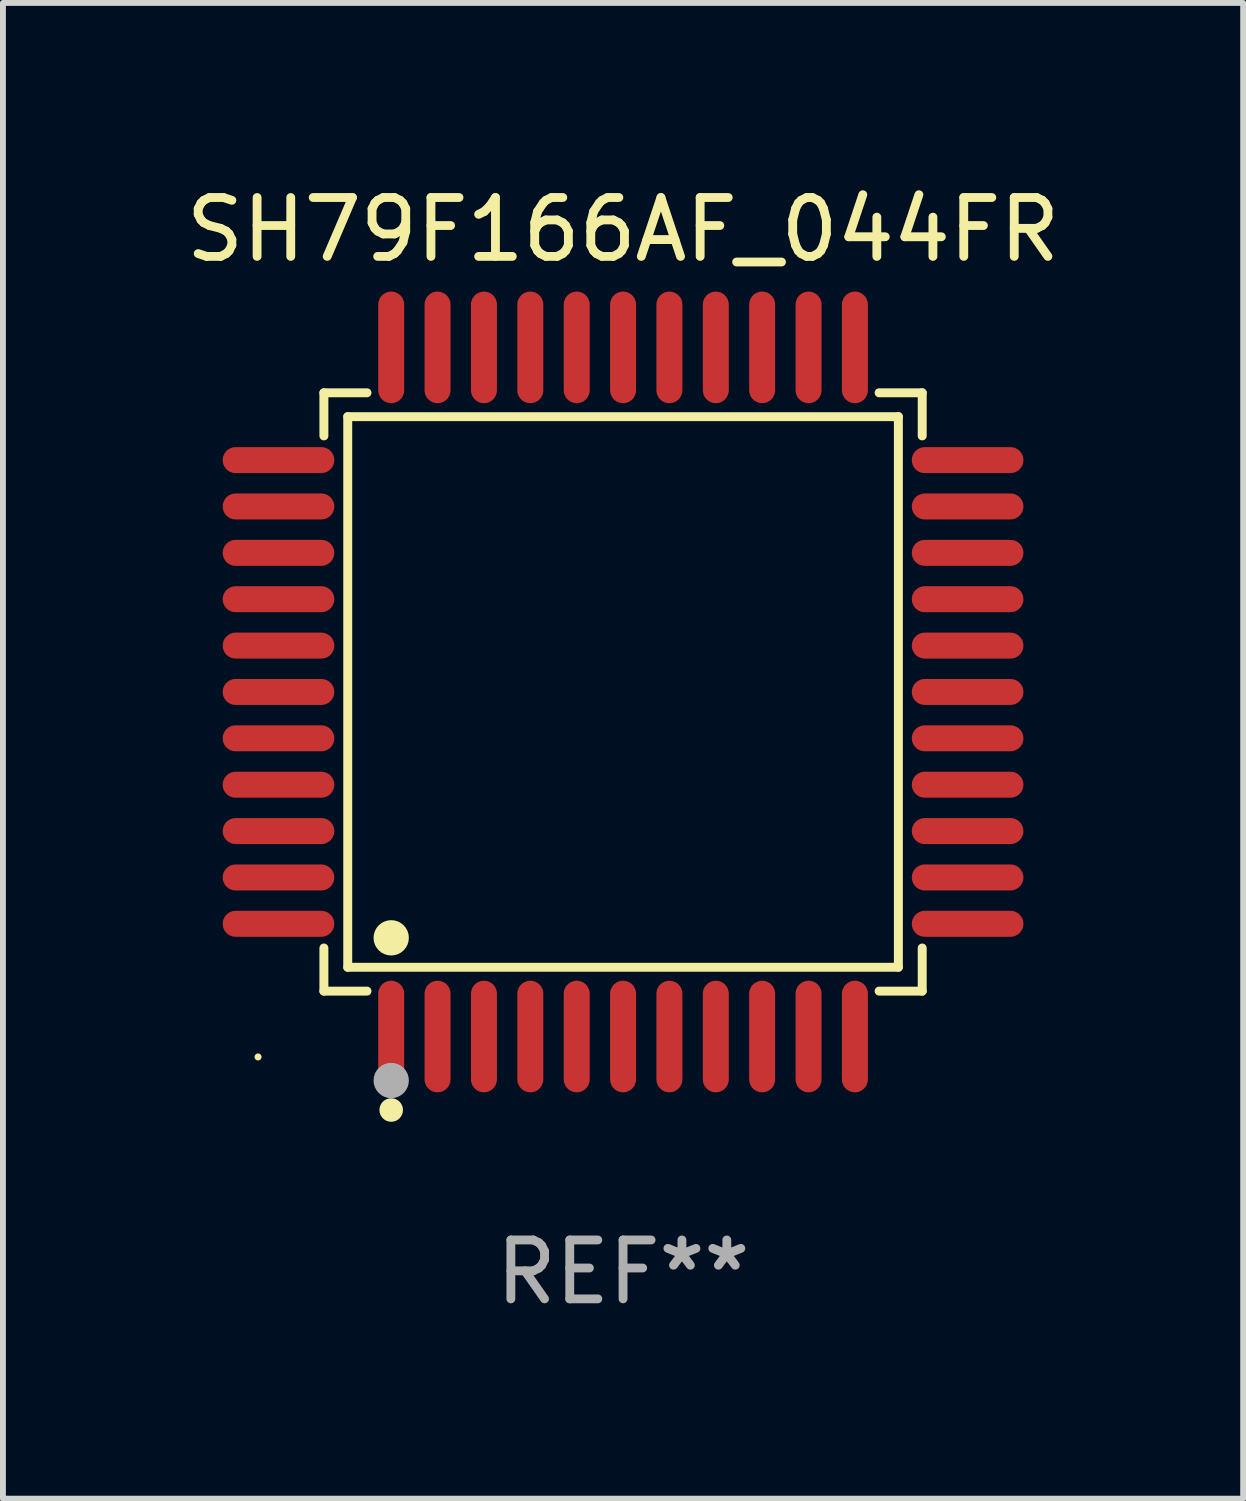
<source format=kicad_pcb>
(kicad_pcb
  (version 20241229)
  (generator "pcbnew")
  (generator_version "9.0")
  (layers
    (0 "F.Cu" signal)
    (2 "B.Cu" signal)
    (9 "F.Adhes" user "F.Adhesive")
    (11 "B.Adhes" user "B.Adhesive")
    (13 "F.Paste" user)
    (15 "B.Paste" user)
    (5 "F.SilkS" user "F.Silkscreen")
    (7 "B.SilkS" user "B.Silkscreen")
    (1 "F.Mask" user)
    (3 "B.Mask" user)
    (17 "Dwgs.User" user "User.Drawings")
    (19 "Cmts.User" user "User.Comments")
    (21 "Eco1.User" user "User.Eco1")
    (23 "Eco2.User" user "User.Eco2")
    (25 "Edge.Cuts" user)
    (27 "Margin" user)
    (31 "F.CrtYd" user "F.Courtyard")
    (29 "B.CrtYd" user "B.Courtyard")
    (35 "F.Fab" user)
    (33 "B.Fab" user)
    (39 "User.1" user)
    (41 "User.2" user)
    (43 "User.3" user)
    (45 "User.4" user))
  (footprint "SH79F166AF_044FR"
    (layer "F.Cu")
    (at 7.53 8.7)
    (property "Reference" "SH79F166AF_044FR" (at 0 -7.851 0) (layer "F.SilkS") (effects (font (size 1 1) (thickness 0.15))))
    (attr through_hole)
    (fp_line (start -5.08 -5.08) (end -4.348 -5.08) (stroke (width 0.152) (type solid)) (layer "F.SilkS"))
    (fp_line (start -5.08 -4.348) (end -5.08 -5.08) (stroke (width 0.152) (type solid)) (layer "F.SilkS"))
    (fp_line (start -5.08 4.348) (end -5.08 5.08) (stroke (width 0.152) (type solid)) (layer "F.SilkS"))
    (fp_line (start -5.08 5.08) (end -4.348 5.08) (stroke (width 0.152) (type solid)) (layer "F.SilkS"))
    (fp_line (start -4.675 -4.675) (end 4.675 -4.675) (stroke (width 0.152) (type solid)) (layer "F.SilkS"))
    (fp_line (start -4.675 4.675) (end -4.675 -4.675) (stroke (width 0.152) (type solid)) (layer "F.SilkS"))
    (fp_line (start 4.675 -4.675) (end 4.675 4.675) (stroke (width 0.152) (type solid)) (layer "F.SilkS"))
    (fp_line (start 4.675 4.675) (end -4.675 4.675) (stroke (width 0.152) (type solid)) (layer "F.SilkS"))
    (fp_line (start 5.08 -5.08) (end 4.348 -5.08) (stroke (width 0.152) (type solid)) (layer "F.SilkS"))
    (fp_line (start 5.08 -4.348) (end 5.08 -5.08) (stroke (width 0.152) (type solid)) (layer "F.SilkS"))
    (fp_line (start 5.08 4.348) (end 5.08 5.08) (stroke (width 0.152) (type solid)) (layer "F.SilkS"))
    (fp_line (start 5.08 5.08) (end 4.348 5.08) (stroke (width 0.152) (type solid)) (layer "F.SilkS"))
    (fp_circle (center -6.198 6.198) (end -6.168 6.198) (stroke (width 0.06) (type solid)) (fill no) (layer "F.SilkS"))
    (fp_circle (center -3.937 4.175) (end -3.787 4.175) (stroke (width 0.3) (type solid)) (fill no) (layer "F.SilkS"))
    (fp_circle (center -3.937 7.099) (end -3.837 7.099) (stroke (width 0.2) (type solid)) (fill no) (layer "F.SilkS"))
    (fp_circle (center -3.937 6.598) (end -3.787 6.598) (stroke (width 0.3) (type solid)) (fill no) (layer "F.Fab"))
    (fp_text user "REF**" (at 0 9.851 0) (layer "F.Fab") (effects (font (size 1 1) (thickness 0.15))))
    (pad "1" smd oval (at -3.937 5.851) (size 0.441 1.895) (layers "F.Cu" "F.Mask" "F.Paste"))
    (pad "2" smd oval (at -3.15 5.851) (size 0.441 1.895) (layers "F.Cu" "F.Mask" "F.Paste"))
    (pad "3" smd oval (at -2.362 5.851) (size 0.441 1.895) (layers "F.Cu" "F.Mask" "F.Paste"))
    (pad "4" smd oval (at -1.575 5.851) (size 0.441 1.895) (layers "F.Cu" "F.Mask" "F.Paste"))
    (pad "5" smd oval (at -0.787 5.851) (size 0.441 1.895) (layers "F.Cu" "F.Mask" "F.Paste"))
    (pad "6" smd oval (at 0 5.851) (size 0.441 1.895) (layers "F.Cu" "F.Mask" "F.Paste"))
    (pad "7" smd oval (at 0.787 5.851) (size 0.441 1.895) (layers "F.Cu" "F.Mask" "F.Paste"))
    (pad "8" smd oval (at 1.575 5.851) (size 0.441 1.895) (layers "F.Cu" "F.Mask" "F.Paste"))
    (pad "9" smd oval (at 2.362 5.851) (size 0.441 1.895) (layers "F.Cu" "F.Mask" "F.Paste"))
    (pad "10" smd oval (at 3.15 5.851) (size 0.441 1.895) (layers "F.Cu" "F.Mask" "F.Paste"))
    (pad "11" smd oval (at 3.937 5.851) (size 0.441 1.895) (layers "F.Cu" "F.Mask" "F.Paste"))
    (pad "12" smd oval (at 5.851 3.937) (size 1.895 0.441) (layers "F.Cu" "F.Mask" "F.Paste"))
    (pad "13" smd oval (at 5.851 3.15) (size 1.895 0.441) (layers "F.Cu" "F.Mask" "F.Paste"))
    (pad "14" smd oval (at 5.851 2.362) (size 1.895 0.441) (layers "F.Cu" "F.Mask" "F.Paste"))
    (pad "15" smd oval (at 5.851 1.575) (size 1.895 0.441) (layers "F.Cu" "F.Mask" "F.Paste"))
    (pad "16" smd oval (at 5.851 0.787) (size 1.895 0.441) (layers "F.Cu" "F.Mask" "F.Paste"))
    (pad "17" smd oval (at 5.851 0) (size 1.895 0.441) (layers "F.Cu" "F.Mask" "F.Paste"))
    (pad "18" smd oval (at 5.851 -0.787) (size 1.895 0.441) (layers "F.Cu" "F.Mask" "F.Paste"))
    (pad "19" smd oval (at 5.851 -1.575) (size 1.895 0.441) (layers "F.Cu" "F.Mask" "F.Paste"))
    (pad "20" smd oval (at 5.851 -2.362) (size 1.895 0.441) (layers "F.Cu" "F.Mask" "F.Paste"))
    (pad "21" smd oval (at 5.851 -3.15) (size 1.895 0.441) (layers "F.Cu" "F.Mask" "F.Paste"))
    (pad "22" smd oval (at 5.851 -3.937) (size 1.895 0.441) (layers "F.Cu" "F.Mask" "F.Paste"))
    (pad "23" smd oval (at 3.937 -5.851) (size 0.441 1.895) (layers "F.Cu" "F.Mask" "F.Paste"))
    (pad "24" smd oval (at 3.15 -5.851) (size 0.441 1.895) (layers "F.Cu" "F.Mask" "F.Paste"))
    (pad "25" smd oval (at 2.362 -5.851) (size 0.441 1.895) (layers "F.Cu" "F.Mask" "F.Paste"))
    (pad "26" smd oval (at 1.575 -5.851) (size 0.441 1.895) (layers "F.Cu" "F.Mask" "F.Paste"))
    (pad "27" smd oval (at 0.787 -5.851) (size 0.441 1.895) (layers "F.Cu" "F.Mask" "F.Paste"))
    (pad "28" smd oval (at 0 -5.851) (size 0.441 1.895) (layers "F.Cu" "F.Mask" "F.Paste"))
    (pad "29" smd oval (at -0.787 -5.851) (size 0.441 1.895) (layers "F.Cu" "F.Mask" "F.Paste"))
    (pad "30" smd oval (at -1.575 -5.851) (size 0.441 1.895) (layers "F.Cu" "F.Mask" "F.Paste"))
    (pad "31" smd oval (at -2.362 -5.851) (size 0.441 1.895) (layers "F.Cu" "F.Mask" "F.Paste"))
    (pad "32" smd oval (at -3.15 -5.851) (size 0.441 1.895) (layers "F.Cu" "F.Mask" "F.Paste"))
    (pad "33" smd oval (at -3.937 -5.851) (size 0.441 1.895) (layers "F.Cu" "F.Mask" "F.Paste"))
    (pad "34" smd oval (at -5.851 -3.937) (size 1.895 0.441) (layers "F.Cu" "F.Mask" "F.Paste"))
    (pad "35" smd oval (at -5.851 -3.15) (size 1.895 0.441) (layers "F.Cu" "F.Mask" "F.Paste"))
    (pad "36" smd oval (at -5.851 -2.362) (size 1.895 0.441) (layers "F.Cu" "F.Mask" "F.Paste"))
    (pad "37" smd oval (at -5.851 -1.575) (size 1.895 0.441) (layers "F.Cu" "F.Mask" "F.Paste"))
    (pad "38" smd oval (at -5.851 -0.787) (size 1.895 0.441) (layers "F.Cu" "F.Mask" "F.Paste"))
    (pad "39" smd oval (at -5.851 0) (size 1.895 0.441) (layers "F.Cu" "F.Mask" "F.Paste"))
    (pad "40" smd oval (at -5.851 0.787) (size 1.895 0.441) (layers "F.Cu" "F.Mask" "F.Paste"))
    (pad "41" smd oval (at -5.851 1.575) (size 1.895 0.441) (layers "F.Cu" "F.Mask" "F.Paste"))
    (pad "42" smd oval (at -5.851 2.362) (size 1.895 0.441) (layers "F.Cu" "F.Mask" "F.Paste"))
    (pad "43" smd oval (at -5.851 3.15) (size 1.895 0.441) (layers "F.Cu" "F.Mask" "F.Paste"))
    (pad "44" smd oval (at -5.851 3.937) (size 1.895 0.441) (layers "F.Cu" "F.Mask" "F.Paste")))
  (gr_rect
    (start -3 -3)
    (end 18.06 22.399)
    (stroke (width 0.1) (type default))
    (fill no)
    (layer "Edge.Cuts")))
</source>
